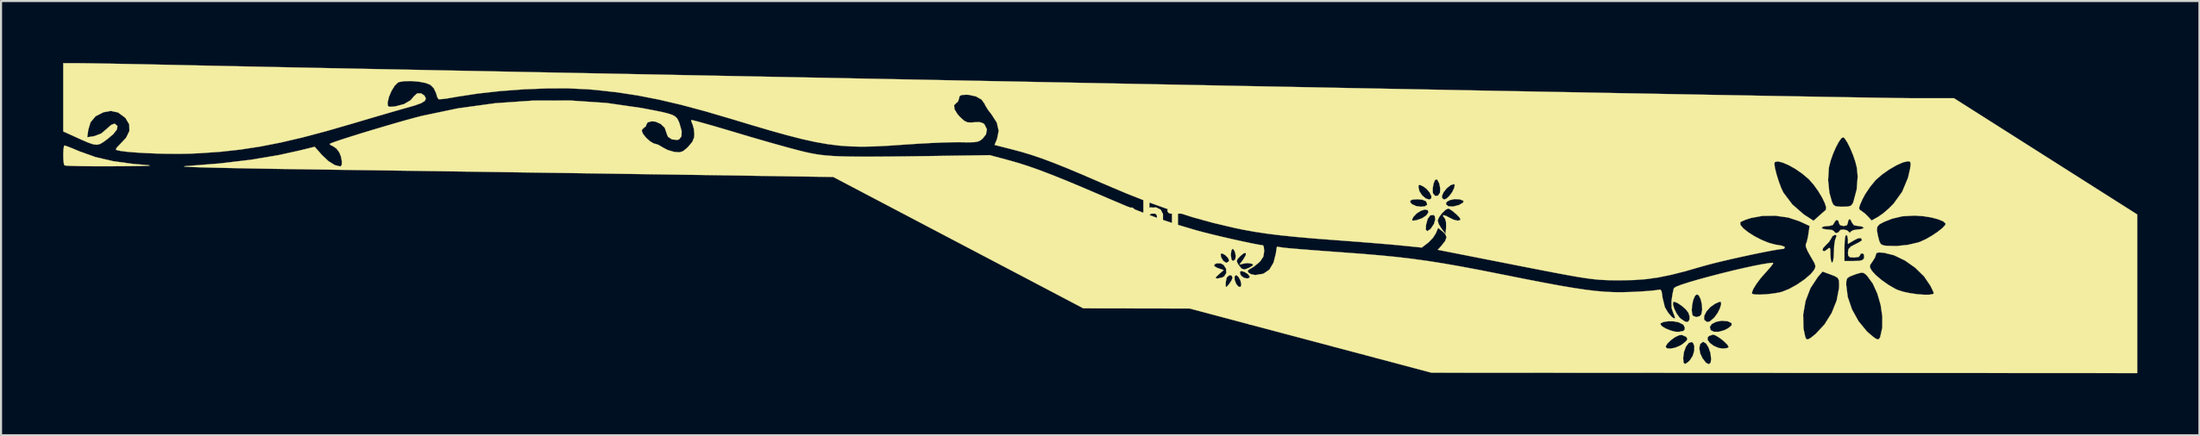
<source format=kicad_pcb>
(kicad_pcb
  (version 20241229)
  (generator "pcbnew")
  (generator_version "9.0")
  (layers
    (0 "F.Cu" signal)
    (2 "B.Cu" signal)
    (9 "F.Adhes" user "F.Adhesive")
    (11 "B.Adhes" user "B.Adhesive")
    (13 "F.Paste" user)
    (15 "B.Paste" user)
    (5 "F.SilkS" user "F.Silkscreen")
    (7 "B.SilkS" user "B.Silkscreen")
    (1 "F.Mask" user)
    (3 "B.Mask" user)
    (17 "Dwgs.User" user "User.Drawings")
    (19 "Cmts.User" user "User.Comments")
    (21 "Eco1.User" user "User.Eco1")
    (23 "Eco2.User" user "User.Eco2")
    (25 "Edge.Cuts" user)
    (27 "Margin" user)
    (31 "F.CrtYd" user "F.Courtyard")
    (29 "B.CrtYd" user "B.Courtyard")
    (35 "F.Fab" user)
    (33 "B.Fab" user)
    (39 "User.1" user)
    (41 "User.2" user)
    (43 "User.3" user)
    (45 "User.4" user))
  (footprint "artright"
    (layer "F.Cu")
    (at 49.958 7.456)
    (property "Reference" "artright" (at 0 0 0) (layer "F.SilkS") (effects (font (size 1.524 1.524) (thickness 0.3))))
    (attr through_hole)
    (fp_poly (pts (xy -49.793 -3.44) (xy -49.577 -3.357) (xy -49.285 -3.236) (xy -49.152 -3.18) (xy -48.396 -2.91) (xy -47.549 -2.712) (xy -46.582 -2.58) (xy -46.168 -2.545) (xy -45.925 -2.526) (xy -45.793 -2.511) (xy -45.781 -2.498) (xy -45.898 -2.488) (xy -46.152 -2.481) (xy -46.552 -2.475) (xy -47.108 -2.47) (xy -47.547 -2.468) (xy -48.154 -2.466) (xy -48.705 -2.469) (xy -49.177 -2.475) (xy -49.548 -2.485) (xy -49.795 -2.497) (xy -49.896 -2.511) (xy -49.897 -2.512) (xy -49.93 -2.62) (xy -49.948 -2.825) (xy -49.952 -3.068) (xy -49.941 -3.294) (xy -49.915 -3.443) (xy -49.893 -3.471) (xy -49.793 -3.44)) (stroke (width 0.01) (type solid)) (fill yes) (layer "F.SilkS"))
    (fp_poly (pts (xy -49.212 -7.45) (xy -48.97 -7.448) (xy -48.58 -7.443) (xy -48.065 -7.434) (xy -47.445 -7.423) (xy -46.743 -7.41) (xy -45.98 -7.395) (xy -45.179 -7.378) (xy -44.704 -7.368) (xy -44.307 -7.359) (xy -43.918 -7.351) (xy -43.533 -7.343) (xy -43.145 -7.335) (xy -42.751 -7.326) (xy -42.346 -7.318) (xy -41.924 -7.309) (xy -41.48 -7.3) (xy -41.01 -7.29) (xy -40.509 -7.28) (xy -39.971 -7.269) (xy -39.392 -7.257) (xy -38.767 -7.244) (xy -38.091 -7.231) (xy -37.359 -7.216) (xy -36.566 -7.2) (xy -35.707 -7.183) (xy -34.777 -7.165) (xy -33.771 -7.145) (xy -32.684 -7.124) (xy -31.512 -7.1) (xy -30.249 -7.076) (xy -28.891 -7.049) (xy -27.432 -7.02) (xy -25.868 -6.99) (xy -24.193 -6.957) (xy -22.403 -6.922) (xy -20.493 -6.885) (xy -18.457 -6.845) (xy -16.292 -6.803) (xy -13.991 -6.758) (xy -11.551 -6.71) (xy -8.965 -6.66) (xy -6.229 -6.606) (xy -3.339 -6.55) (xy -0.289 -6.49) (xy 2.698 -6.432) (xy 5.128 -6.385) (xy 7.525 -6.338) (xy 9.881 -6.293) (xy 12.192 -6.248) (xy 14.45 -6.205) (xy 16.65 -6.163) (xy 18.785 -6.122) (xy 20.85 -6.083) (xy 22.839 -6.046) (xy 24.745 -6.01) (xy 26.562 -5.977) (xy 28.285 -5.945) (xy 29.908 -5.915) (xy 31.423 -5.888) (xy 32.826 -5.862) (xy 34.11 -5.84) (xy 35.269 -5.819) (xy 36.297 -5.802) (xy 37.187 -5.787) (xy 37.935 -5.775) (xy 38.534 -5.766) (xy 38.978 -5.76) (xy 39.26 -5.757) (xy 39.316 -5.757) (xy 41.36 -5.756) (xy 50.207 -0.136) (xy 50.207 7.535) (xy 33.168 7.526) (xy 16.129 7.517) (xy 13.475 6.811) (xy 28.279 6.811) (xy 28.298 7.032) (xy 28.367 7.098) (xy 28.503 7.015) (xy 28.614 6.904) (xy 28.746 6.697) (xy 28.816 6.454) (xy 28.818 6.326) (xy 29.058 6.326) (xy 29.102 6.584) (xy 29.211 6.817) (xy 29.38 7.035) (xy 29.518 7.106) (xy 29.608 7.031) (xy 29.633 6.855) (xy 29.599 6.567) (xy 29.51 6.302) (xy 29.39 6.106) (xy 29.258 6.025) (xy 29.233 6.027) (xy 29.102 6.125) (xy 29.058 6.326) (xy 28.818 6.326) (xy 28.82 6.227) (xy 28.755 6.069) (xy 28.686 6.03) (xy 28.545 6.079) (xy 28.415 6.252) (xy 28.319 6.507) (xy 28.279 6.798) (xy 28.279 6.811) (xy 13.475 6.811) (xy 11.406 6.261) (xy 27.432 6.261) (xy 27.5 6.34) (xy 27.672 6.352) (xy 27.9 6.305) (xy 28.135 6.207) (xy 28.257 6.128) (xy 28.433 5.982) (xy 28.468 5.92) (xy 29.455 5.92) (xy 29.561 6.072) (xy 29.749 6.214) (xy 29.982 6.317) (xy 30.19 6.35) (xy 30.383 6.331) (xy 30.478 6.283) (xy 30.48 6.274) (xy 30.415 6.159) (xy 30.255 6) (xy 30.051 5.839) (xy 29.855 5.716) (xy 29.725 5.673) (xy 29.54 5.733) (xy 29.472 5.79) (xy 29.455 5.92) (xy 28.468 5.92) (xy 28.487 5.887) (xy 28.441 5.799) (xy 28.421 5.778) (xy 28.221 5.69) (xy 28.089 5.702) (xy 27.898 5.79) (xy 27.689 5.939) (xy 27.517 6.107) (xy 27.434 6.246) (xy 27.432 6.261) (xy 11.406 6.261) (xy 7.284 5.166) (xy 27.178 5.166) (xy 27.252 5.268) (xy 27.436 5.379) (xy 27.674 5.477) (xy 27.911 5.538) (xy 28.089 5.54) (xy 28.095 5.538) (xy 28.253 5.505) (xy 28.286 5.503) (xy 28.35 5.433) (xy 28.363 5.341) (xy 28.346 5.306) (xy 29.565 5.306) (xy 29.608 5.459) (xy 29.766 5.538) (xy 30.003 5.538) (xy 30.279 5.458) (xy 30.459 5.364) (xy 30.621 5.225) (xy 30.616 5.115) (xy 30.445 5.032) (xy 30.426 5.027) (xy 30.144 5.003) (xy 29.871 5.053) (xy 29.66 5.161) (xy 29.565 5.306) (xy 28.346 5.306) (xy 28.29 5.193) (xy 28.061 5.078) (xy 27.824 5.032) (xy 27.565 5.027) (xy 27.339 5.059) (xy 27.199 5.123) (xy 27.178 5.166) (xy 7.284 5.166) (xy 4.445 4.411) (xy -0.688 4.403) (xy -2.888 3.245) (xy 6.183 3.245) (xy 6.192 3.366) (xy 6.234 3.364) (xy 6.348 3.235) (xy 6.353 3.229) (xy 6.472 3.05) (xy 6.519 2.912) (xy 6.492 2.861) (xy 6.615 2.861) (xy 6.618 3.024) (xy 6.692 3.223) (xy 6.805 3.36) (xy 6.903 3.371) (xy 6.943 3.254) (xy 6.903 3.067) (xy 6.81 2.89) (xy 6.703 2.797) (xy 6.686 2.794) (xy 6.615 2.861) (xy 6.492 2.861) (xy 6.465 2.81) (xy 6.349 2.808) (xy 6.244 2.903) (xy 6.232 2.928) (xy 6.19 3.124) (xy 6.183 3.245) (xy -2.888 3.245) (xy -4.579 2.356) (xy 5.628 2.356) (xy 5.751 2.434) (xy 5.823 2.461) (xy 6.089 2.554) (xy 5.86 2.756) (xy 5.718 2.889) (xy 5.698 2.946) (xy 5.791 2.96) (xy 5.805 2.961) (xy 6.02 2.912) (xy 6.117 2.857) (xy 6.218 2.69) (xy 6.214 2.63) (xy 6.871 2.63) (xy 6.894 2.759) (xy 6.945 2.839) (xy 7.075 2.93) (xy 7.225 2.961) (xy 7.332 2.929) (xy 7.345 2.857) (xy 7.257 2.745) (xy 7.106 2.649) (xy 6.957 2.6) (xy 6.872 2.628) (xy 6.871 2.63) (xy 6.214 2.63) (xy 6.203 2.484) (xy 6.09 2.306) (xy 5.953 2.232) (xy 5.759 2.226) (xy 5.651 2.274) (xy 5.628 2.356) (xy -4.579 2.356) (xy -5.69 1.772) (xy 5.943 1.772) (xy 5.96 1.927) (xy 6.061 2.095) (xy 6.192 2.196) (xy 6.226 2.201) (xy 6.329 2.139) (xy 6.721 2.139) (xy 6.791 2.279) (xy 6.817 2.318) (xy 6.957 2.487) (xy 7.106 2.525) (xy 7.319 2.442) (xy 7.366 2.416) (xy 7.503 2.328) (xy 7.499 2.274) (xy 7.429 2.241) (xy 7.234 2.216) (xy 7.065 2.237) (xy 6.849 2.292) (xy 7.038 2.036) (xy 7.158 1.83) (xy 7.16 1.725) (xy 7.059 1.74) (xy 6.889 1.878) (xy 6.75 2.03) (xy 6.721 2.139) (xy 6.329 2.139) (xy 6.336 2.135) (xy 6.35 2.079) (xy 6.298 1.962) (xy 6.179 1.841) (xy 6.146 1.82) (xy 6.435 1.82) (xy 6.463 2.035) (xy 6.535 2.118) (xy 6.633 2.051) (xy 6.649 2.027) (xy 6.674 1.885) (xy 6.643 1.703) (xy 6.575 1.56) (xy 6.518 1.524) (xy 6.463 1.598) (xy 6.435 1.781) (xy 6.435 1.82) (xy 6.146 1.82) (xy 6.046 1.759) (xy 5.954 1.755) (xy 5.943 1.772) (xy -5.69 1.772) (xy -6.727 1.227) (xy -12.765 -1.949) (xy -20.966 -2.072) (xy -22.376 -2.092) (xy -23.914 -2.115) (xy -25.546 -2.139) (xy -27.241 -2.163) (xy -28.967 -2.188) (xy -30.69 -2.213) (xy -32.378 -2.237) (xy -33.999 -2.26) (xy -35.519 -2.281) (xy -36.908 -2.3) (xy -37.084 -2.303) (xy -38.492 -2.323) (xy -39.747 -2.342) (xy -40.849 -2.361) (xy -41.794 -2.379) (xy -42.581 -2.396) (xy -43.209 -2.412) (xy -43.675 -2.428) (xy -43.978 -2.442) (xy -44.116 -2.455) (xy -44.088 -2.468) (xy -44.027 -2.473) (xy -42.384 -2.603) (xy -40.893 -2.781) (xy -39.539 -3.008) (xy -38.547 -3.227) (xy -37.81 -3.408) (xy -37.468 -3.02) (xy -37.151 -2.718) (xy -36.837 -2.522) (xy -36.57 -2.455) (xy -36.506 -2.526) (xy -36.496 -2.701) (xy -36.538 -2.927) (xy -36.617 -3.131) (xy -36.757 -3.32) (xy -36.914 -3.429) (xy -37.051 -3.498) (xy -37.084 -3.546) (xy -37.007 -3.586) (xy -36.791 -3.665) (xy -36.461 -3.776) (xy -36.041 -3.91) (xy -35.555 -4.062) (xy -35.028 -4.222) (xy -34.485 -4.384) (xy -33.949 -4.541) (xy -33.445 -4.685) (xy -32.997 -4.808) (xy -32.639 -4.901) (xy -30.889 -5.268) (xy -29.088 -5.515) (xy -27.267 -5.641) (xy -25.461 -5.645) (xy -23.703 -5.526) (xy -22.056 -5.288) (xy -21.483 -5.18) (xy -21.054 -5.094) (xy -20.745 -5.019) (xy -20.532 -4.947) (xy -20.392 -4.868) (xy -20.301 -4.773) (xy -20.237 -4.652) (xy -20.192 -4.538) (xy -20.089 -4.173) (xy -20.097 -3.911) (xy -20.214 -3.765) (xy -20.294 -3.741) (xy -20.555 -3.765) (xy -20.749 -3.894) (xy -20.828 -4.096) (xy -20.828 -4.103) (xy -20.904 -4.326) (xy -21.097 -4.513) (xy -21.354 -4.626) (xy -21.543 -4.64) (xy -21.727 -4.59) (xy -21.78 -4.506) (xy -21.827 -4.386) (xy -21.886 -4.349) (xy -21.999 -4.239) (xy -22.013 -4.175) (xy -21.95 -4.025) (xy -21.797 -3.838) (xy -21.606 -3.667) (xy -21.432 -3.566) (xy -21.381 -3.556) (xy -21.223 -3.508) (xy -21.022 -3.392) (xy -21.007 -3.38) (xy -20.762 -3.252) (xy -20.468 -3.165) (xy -20.42 -3.158) (xy -20.194 -3.142) (xy -20.03 -3.19) (xy -19.855 -3.328) (xy -19.772 -3.41) (xy -19.573 -3.644) (xy -19.486 -3.861) (xy -19.473 -4.019) (xy -19.498 -4.277) (xy -19.559 -4.488) (xy -19.565 -4.5) (xy -19.624 -4.646) (xy -19.624 -4.703) (xy -19.538 -4.688) (xy -19.311 -4.63) (xy -18.964 -4.533) (xy -18.518 -4.406) (xy -17.994 -4.252) (xy -17.413 -4.079) (xy -17.353 -4.061) (xy -16.703 -3.868) (xy -16.05 -3.678) (xy -15.428 -3.502) (xy -14.871 -3.348) (xy -14.413 -3.227) (xy -14.139 -3.159) (xy -13.892 -3.104) (xy -13.649 -3.058) (xy -13.395 -3.019) (xy -13.116 -2.988) (xy -12.797 -2.964) (xy -12.423 -2.946) (xy -11.978 -2.935) (xy -11.448 -2.93) (xy -10.818 -2.93) (xy -10.073 -2.935) (xy -9.197 -2.945) (xy -8.177 -2.959) (xy -7.451 -2.97) (xy -5.207 -3.003) (xy -4.226 -2.739) (xy -3.784 -2.612) (xy -3.313 -2.46) (xy -2.796 -2.277) (xy -2.21 -2.053) (xy -1.537 -1.783) (xy -0.757 -1.457) (xy 0.151 -1.068) (xy 0.423 -0.95) (xy 1.388 -0.541) (xy 2.251 -0.198) (xy 3.06 0.098) (xy 3.861 0.362) (xy 4.701 0.612) (xy 4.784 0.636) (xy 5.128 0.728) (xy 5.553 0.834) (xy 6.024 0.947) (xy 6.51 1.059) (xy 6.978 1.162) (xy 7.394 1.25) (xy 7.726 1.316) (xy 7.941 1.351) (xy 7.99 1.355) (xy 8.025 1.429) (xy 8.043 1.613) (xy 8.043 1.656) (xy 8.004 1.905) (xy 7.86 2.119) (xy 7.77 2.207) (xy 7.564 2.374) (xy 7.383 2.488) (xy 7.342 2.505) (xy 7.247 2.58) (xy 7.282 2.674) (xy 7.415 2.756) (xy 7.613 2.794) (xy 7.626 2.794) (xy 8.009 2.729) (xy 8.298 2.531) (xy 8.497 2.193) (xy 8.603 1.779) (xy 8.66 1.424) (xy 9.008 1.473) (xy 9.182 1.492) (xy 9.5 1.52) (xy 9.935 1.556) (xy 10.464 1.597) (xy 11.06 1.642) (xy 11.697 1.689) (xy 11.769 1.694) (xy 12.754 1.767) (xy 13.629 1.841) (xy 14.427 1.919) (xy 15.182 2.008) (xy 15.928 2.11) (xy 16.699 2.232) (xy 17.528 2.377) (xy 18.449 2.55) (xy 19.495 2.757) (xy 19.677 2.793) (xy 20.709 2.999) (xy 21.594 3.17) (xy 22.353 3.31) (xy 23.004 3.42) (xy 23.567 3.504) (xy 24.06 3.564) (xy 24.504 3.602) (xy 24.916 3.622) (xy 25.317 3.625) (xy 25.726 3.615) (xy 25.781 3.612) (xy 26.211 3.591) (xy 26.592 3.565) (xy 26.885 3.538) (xy 27.051 3.514) (xy 27.061 3.512) (xy 27.168 3.496) (xy 27.229 3.557) (xy 27.264 3.731) (xy 27.281 3.884) (xy 27.396 4.349) (xy 27.551 4.611) (xy 27.726 4.813) (xy 27.844 4.899) (xy 27.888 4.866) (xy 27.839 4.71) (xy 27.81 4.651) (xy 27.725 4.399) (xy 27.72 4.212) (xy 27.784 4.212) (xy 27.845 4.413) (xy 27.956 4.64) (xy 28.094 4.836) (xy 28.169 4.909) (xy 28.377 5.049) (xy 28.506 5.062) (xy 28.587 4.953) (xy 28.589 4.947) (xy 28.589 4.939) (xy 29.29 4.939) (xy 29.309 4.97) (xy 29.429 5.065) (xy 29.561 5.042) (xy 29.742 4.89) (xy 29.801 4.828) (xy 29.887 4.71) (xy 34.074 4.71) (xy 34.089 5.373) (xy 34.174 5.779) (xy 34.224 5.89) (xy 34.305 5.909) (xy 34.448 5.828) (xy 34.681 5.638) (xy 34.688 5.632) (xy 35.108 5.18) (xy 35.451 4.63) (xy 35.692 4.031) (xy 35.807 3.434) (xy 35.814 3.265) (xy 36.153 3.265) (xy 36.227 3.852) (xy 36.433 4.456) (xy 36.748 5.025) (xy 37.147 5.512) (xy 37.279 5.632) (xy 37.511 5.823) (xy 37.653 5.907) (xy 37.737 5.894) (xy 37.794 5.794) (xy 37.797 5.786) (xy 37.897 5.334) (xy 37.9 4.803) (xy 37.818 4.24) (xy 37.659 3.691) (xy 37.437 3.204) (xy 37.161 2.825) (xy 37.102 2.768) (xy 36.997 2.692) (xy 36.88 2.678) (xy 36.693 2.727) (xy 36.552 2.776) (xy 36.315 2.869) (xy 36.197 2.96) (xy 36.157 3.1) (xy 36.153 3.265) (xy 35.814 3.265) (xy 35.805 3.057) (xy 35.749 2.935) (xy 35.605 2.847) (xy 35.412 2.772) (xy 35.01 2.624) (xy 34.779 2.894) (xy 34.428 3.425) (xy 34.19 4.046) (xy 34.074 4.71) (xy 29.887 4.71) (xy 29.945 4.63) (xy 30.058 4.402) (xy 30.117 4.199) (xy 30.099 4.079) (xy 30.015 4.095) (xy 29.842 4.171) (xy 29.807 4.189) (xy 29.58 4.351) (xy 29.4 4.56) (xy 29.294 4.771) (xy 29.29 4.939) (xy 28.589 4.939) (xy 28.589 4.778) (xy 28.528 4.606) (xy 28.439 4.493) (xy 28.693 4.493) (xy 28.718 4.695) (xy 28.758 4.77) (xy 28.913 4.827) (xy 29.082 4.781) (xy 29.159 4.692) (xy 29.199 4.469) (xy 29.184 4.207) (xy 29.126 3.96) (xy 29.037 3.782) (xy 28.945 3.725) (xy 28.849 3.801) (xy 28.768 3.99) (xy 28.713 4.239) (xy 28.693 4.493) (xy 28.439 4.493) (xy 28.408 4.453) (xy 28.226 4.293) (xy 28.031 4.159) (xy 27.87 4.085) (xy 27.8 4.091) (xy 27.784 4.212) (xy 27.72 4.212) (xy 27.716 4.087) (xy 27.731 3.944) (xy 27.773 3.677) (xy 27.818 3.479) (xy 27.842 3.418) (xy 27.956 3.351) (xy 28.209 3.255) (xy 28.575 3.138) (xy 29.029 3.005) (xy 29.543 2.865) (xy 30.093 2.722) (xy 30.65 2.584) (xy 31.19 2.458) (xy 31.687 2.35) (xy 32.113 2.267) (xy 32.443 2.215) (xy 32.624 2.201) (xy 32.611 2.257) (xy 32.501 2.403) (xy 32.318 2.611) (xy 32.281 2.651) (xy 32.023 2.945) (xy 31.811 3.229) (xy 31.663 3.472) (xy 31.6 3.643) (xy 31.611 3.7) (xy 31.735 3.734) (xy 31.977 3.741) (xy 32.288 3.725) (xy 32.621 3.689) (xy 32.926 3.637) (xy 33.055 3.604) (xy 33.401 3.465) (xy 33.782 3.253) (xy 34.145 3.003) (xy 34.438 2.75) (xy 34.578 2.583) (xy 34.651 2.458) (xy 34.655 2.427) (xy 37.301 2.427) (xy 37.386 2.579) (xy 37.572 2.789) (xy 37.859 3.033) (xy 38.195 3.27) (xy 38.526 3.462) (xy 38.648 3.518) (xy 38.911 3.603) (xy 39.235 3.671) (xy 39.58 3.72) (xy 39.906 3.746) (xy 40.174 3.745) (xy 40.345 3.713) (xy 40.386 3.67) (xy 40.351 3.579) (xy 40.263 3.394) (xy 40.22 3.309) (xy 39.913 2.857) (xy 39.489 2.441) (xy 38.991 2.09) (xy 38.465 1.837) (xy 37.972 1.714) (xy 37.73 1.699) (xy 37.616 1.731) (xy 37.592 1.798) (xy 37.543 1.949) (xy 37.423 2.139) (xy 37.419 2.145) (xy 37.307 2.307) (xy 37.301 2.427) (xy 34.655 2.427) (xy 34.667 2.349) (xy 34.617 2.207) (xy 34.491 1.986) (xy 34.428 1.881) (xy 34.285 1.62) (xy 34.279 1.605) (xy 35.008 1.605) (xy 35.011 1.611) (xy 35.106 1.643) (xy 35.23 1.559) (xy 35.327 1.481) (xy 35.374 1.498) (xy 35.389 1.639) (xy 35.391 1.807) (xy 35.407 2.039) (xy 35.448 2.181) (xy 35.475 2.201) (xy 35.52 2.124) (xy 35.551 1.922) (xy 35.56 1.688) (xy 35.57 1.482) (xy 36.068 1.482) (xy 36.068 2.117) (xy 36.524 2.117) (xy 36.798 2.106) (xy 36.946 2.066) (xy 37.013 1.982) (xy 37.022 1.953) (xy 37.008 1.796) (xy 36.948 1.744) (xy 36.845 1.766) (xy 36.83 1.823) (xy 36.762 1.916) (xy 36.548 1.947) (xy 36.534 1.947) (xy 36.334 1.933) (xy 36.253 1.861) (xy 36.237 1.706) (xy 36.266 1.537) (xy 36.38 1.415) (xy 36.576 1.312) (xy 36.781 1.208) (xy 36.902 1.124) (xy 36.915 1.102) (xy 36.864 1.001) (xy 36.709 1.023) (xy 36.527 1.116) (xy 36.237 1.287) (xy 36.237 1.067) (xy 36.209 0.904) (xy 36.153 0.847) (xy 36.11 0.925) (xy 36.08 1.139) (xy 36.068 1.452) (xy 36.068 1.482) (xy 35.57 1.482) (xy 35.574 1.383) (xy 35.61 1.129) (xy 35.648 1.01) (xy 35.692 0.883) (xy 35.618 0.847) (xy 35.611 0.847) (xy 35.487 0.917) (xy 35.434 1.014) (xy 35.33 1.185) (xy 35.167 1.349) (xy 35.036 1.49) (xy 35.008 1.605) (xy 34.279 1.605) (xy 34.204 1.416) (xy 34.201 1.314) (xy 34.252 1.184) (xy 34.306 0.952) (xy 34.327 0.823) (xy 34.373 0.508) (xy 34.967 0.508) (xy 35.042 0.564) (xy 35.225 0.592) (xy 35.264 0.593) (xy 35.46 0.614) (xy 35.557 0.666) (xy 35.56 0.677) (xy 35.629 0.752) (xy 35.687 0.762) (xy 35.8 0.716) (xy 35.814 0.677) (xy 35.881 0.61) (xy 36.032 0.595) (xy 36.189 0.63) (xy 36.273 0.699) (xy 36.328 0.761) (xy 36.371 0.699) (xy 36.482 0.627) (xy 36.484 0.626) (xy 37.636 0.626) (xy 37.677 0.862) (xy 37.687 0.907) (xy 37.754 1.163) (xy 37.827 1.299) (xy 37.945 1.358) (xy 38.092 1.38) (xy 38.591 1.391) (xy 39.134 1.334) (xy 39.629 1.218) (xy 39.727 1.184) (xy 40.001 1.059) (xy 40.293 0.891) (xy 40.57 0.705) (xy 40.795 0.526) (xy 40.932 0.38) (xy 40.956 0.308) (xy 40.844 0.2) (xy 40.601 0.098) (xy 40.268 0.01) (xy 39.881 -0.052) (xy 39.482 -0.08) (xy 39.437 -0.081) (xy 38.863 -0.048) (xy 38.385 0.065) (xy 38.331 0.085) (xy 37.979 0.223) (xy 37.762 0.338) (xy 37.656 0.462) (xy 37.636 0.626) (xy 36.484 0.626) (xy 36.685 0.593) (xy 36.71 0.593) (xy 36.903 0.571) (xy 36.997 0.518) (xy 36.999 0.508) (xy 36.926 0.449) (xy 36.747 0.423) (xy 36.737 0.423) (xy 36.527 0.386) (xy 36.433 0.26) (xy 36.431 0.254) (xy 36.364 0.117) (xy 36.312 0.085) (xy 36.251 0.156) (xy 36.237 0.254) (xy 36.188 0.387) (xy 36.026 0.423) (xy 35.858 0.381) (xy 35.814 0.301) (xy 35.768 0.157) (xy 35.673 0.128) (xy 35.591 0.232) (xy 35.587 0.245) (xy 35.508 0.374) (xy 35.331 0.421) (xy 35.254 0.423) (xy 35.062 0.445) (xy 34.969 0.499) (xy 34.967 0.508) (xy 34.373 0.508) (xy 34.386 0.419) (xy 33.893 0.19) (xy 33.354 0.012) (xy 32.736 -0.075) (xy 32.105 -0.066) (xy 31.551 0.035) (xy 31.288 0.122) (xy 31.097 0.204) (xy 31.033 0.249) (xy 31.047 0.374) (xy 31.188 0.54) (xy 31.425 0.728) (xy 31.728 0.919) (xy 32.066 1.094) (xy 32.408 1.234) (xy 32.723 1.321) (xy 32.81 1.334) (xy 33.036 1.374) (xy 33.172 1.426) (xy 33.189 1.45) (xy 33.151 1.523) (xy 33.145 1.524) (xy 32.96 1.543) (xy 32.642 1.596) (xy 32.222 1.675) (xy 31.731 1.775) (xy 31.201 1.889) (xy 30.663 2.008) (xy 30.148 2.128) (xy 29.688 2.241) (xy 29.313 2.341) (xy 29.202 2.373) (xy 28.386 2.609) (xy 27.688 2.785) (xy 27.067 2.911) (xy 26.486 2.992) (xy 25.904 3.035) (xy 25.302 3.047) (xy 24.985 3.047) (xy 24.704 3.043) (xy 24.441 3.033) (xy 24.177 3.016) (xy 23.895 2.987) (xy 23.577 2.945) (xy 23.203 2.886) (xy 22.757 2.808) (xy 22.219 2.708) (xy 21.572 2.584) (xy 20.797 2.433) (xy 19.877 2.252) (xy 19.75 2.227) (xy 16.429 1.573) (xy 16.586 1.4) (xy 16.785 1.15) (xy 16.851 0.965) (xy 16.789 0.807) (xy 16.678 0.7) (xy 16.445 0.511) (xy 16.338 0.769) (xy 16.199 0.989) (xy 15.991 1.207) (xy 15.944 1.245) (xy 15.658 1.464) (xy 14.666 1.364) (xy 14.3 1.329) (xy 13.802 1.286) (xy 13.209 1.237) (xy 12.558 1.185) (xy 11.885 1.134) (xy 11.425 1.1) (xy 10.422 1.023) (xy 9.561 0.947) (xy 8.817 0.87) (xy 8.163 0.789) (xy 7.571 0.699) (xy 7.017 0.598) (xy 7.014 0.598) (xy 15.85 0.598) (xy 15.914 0.672) (xy 16.048 0.592) (xy 16.109 0.529) (xy 16.246 0.32) (xy 16.291 0.162) (xy 16.425 0.162) (xy 16.475 0.33) (xy 16.598 0.535) (xy 16.616 0.559) (xy 16.806 0.802) (xy 16.833 0.475) (xy 16.829 0.24) (xy 16.784 0.076) (xy 16.77 0.057) (xy 16.678 -0.066) (xy 16.716 -0.103) (xy 16.865 -0.05) (xy 16.954 0.001) (xy 17.199 0.121) (xy 17.399 0.167) (xy 17.513 0.133) (xy 17.526 0.092) (xy 17.465 -0.008) (xy 17.318 -0.155) (xy 17.141 -0.304) (xy 16.987 -0.405) (xy 16.931 -0.423) (xy 16.801 -0.359) (xy 16.64 -0.204) (xy 16.499 -0.018) (xy 16.427 0.143) (xy 16.425 0.162) (xy 16.291 0.162) (xy 16.307 0.106) (xy 16.285 -0.058) (xy 16.226 -0.11) (xy 16.067 -0.095) (xy 15.941 0.075) (xy 15.86 0.373) (xy 15.85 0.598) (xy 7.014 0.598) (xy 6.615 0.515) (xy 5.595 0.274) (xy 5.082 0.132) (xy 15.181 0.132) (xy 15.225 0.168) (xy 15.399 0.142) (xy 15.421 0.137) (xy 15.672 0.048) (xy 15.871 -0.086) (xy 15.979 -0.236) (xy 15.945 -0.345) (xy 15.808 -0.376) (xy 15.609 -0.313) (xy 15.404 -0.183) (xy 15.248 -0.013) (xy 15.233 0.013) (xy 15.181 0.132) (xy 5.082 0.132) (xy 4.595 -0.002) (xy 3.584 -0.325) (xy 2.528 -0.704) (xy 2.32 -0.786) (xy 15.087 -0.786) (xy 15.134 -0.677) (xy 15.193 -0.628) (xy 15.381 -0.542) (xy 15.602 -0.509) (xy 15.797 -0.526) (xy 15.909 -0.596) (xy 15.917 -0.63) (xy 15.917 -0.631) (xy 16.82 -0.631) (xy 16.821 -0.629) (xy 16.94 -0.532) (xy 17.158 -0.516) (xy 17.427 -0.584) (xy 17.48 -0.606) (xy 17.658 -0.713) (xy 17.669 -0.798) (xy 17.512 -0.861) (xy 17.47 -0.87) (xy 17.231 -0.879) (xy 17.009 -0.83) (xy 16.855 -0.741) (xy 16.82 -0.631) (xy 15.917 -0.631) (xy 15.864 -0.772) (xy 15.69 -0.849) (xy 15.449 -0.872) (xy 15.195 -0.854) (xy 15.087 -0.786) (xy 2.32 -0.786) (xy 1.395 -1.152) (xy 0.685 -1.453) (xy 15.494 -1.453) (xy 15.547 -1.246) (xy 15.678 -1.053) (xy 15.846 -0.911) (xy 16.012 -0.858) (xy 16.109 -0.897) (xy 16.124 -1.017) (xy 16.041 -1.191) (xy 16.014 -1.224) (xy 16.184 -1.224) (xy 16.202 -1.144) (xy 16.308 -1.028) (xy 16.337 -1.032) (xy 16.628 -1.032) (xy 16.638 -0.93) (xy 16.732 -0.853) (xy 16.861 -0.909) (xy 16.994 -1.037) (xy 17.126 -1.218) (xy 17.219 -1.407) (xy 17.252 -1.554) (xy 17.212 -1.609) (xy 17.042 -1.549) (xy 16.861 -1.401) (xy 16.709 -1.212) (xy 16.628 -1.032) (xy 16.337 -1.032) (xy 16.441 -1.046) (xy 16.535 -1.186) (xy 16.548 -1.401) (xy 16.502 -1.63) (xy 16.418 -1.799) (xy 16.362 -1.841) (xy 16.289 -1.791) (xy 16.226 -1.631) (xy 16.186 -1.422) (xy 16.184 -1.224) (xy 16.014 -1.224) (xy 15.894 -1.369) (xy 15.732 -1.49) (xy 15.568 -1.565) (xy 15.504 -1.549) (xy 15.494 -1.453) (xy 0.685 -1.453) (xy 0.153 -1.678) (xy 0.104 -1.7) (xy -0.761 -2.074) (xy -1.498 -2.383) (xy -2.041 -2.6) (xy 32.681 -2.6) (xy 32.712 -2.378) (xy 32.792 -2.063) (xy 32.901 -1.717) (xy 33.02 -1.4) (xy 33.121 -1.19) (xy 33.553 -0.619) (xy 34.097 -0.144) (xy 34.201 -0.074) (xy 34.577 0.169) (xy 34.836 -0.063) (xy 35.017 -0.223) (xy 35.147 -0.335) (xy 35.166 -0.351) (xy 35.188 -0.461) (xy 36.776 -0.461) (xy 36.792 -0.378) (xy 36.867 -0.32) (xy 36.881 -0.312) (xy 37.056 -0.182) (xy 37.209 -0.033) (xy 37.379 0.157) (xy 37.708 -0.027) (xy 37.939 -0.189) (xy 38.214 -0.426) (xy 38.443 -0.656) (xy 38.857 -1.233) (xy 39.139 -1.908) (xy 39.24 -2.349) (xy 39.269 -2.575) (xy 39.247 -2.68) (xy 39.161 -2.709) (xy 39.137 -2.709) (xy 38.898 -2.656) (xy 38.58 -2.514) (xy 38.227 -2.309) (xy 37.884 -2.068) (xy 37.596 -1.817) (xy 37.554 -1.774) (xy 37.303 -1.466) (xy 37.067 -1.113) (xy 36.94 -0.875) (xy 36.824 -0.613) (xy 36.776 -0.461) (xy 35.188 -0.461) (xy 35.189 -0.467) (xy 35.124 -0.68) (xy 34.991 -0.956) (xy 34.808 -1.26) (xy 34.596 -1.558) (xy 34.39 -1.796) (xy 35.278 -1.796) (xy 35.34 -1.195) (xy 35.466 -0.741) (xy 35.537 -0.602) (xy 35.644 -0.533) (xy 35.842 -0.51) (xy 35.983 -0.508) (xy 36.243 -0.517) (xy 36.386 -0.561) (xy 36.467 -0.664) (xy 36.5 -0.741) (xy 36.662 -1.346) (xy 36.709 -1.978) (xy 36.671 -2.387) (xy 36.597 -2.685) (xy 36.482 -3.02) (xy 36.345 -3.349) (xy 36.204 -3.628) (xy 36.078 -3.817) (xy 36.011 -3.871) (xy 35.918 -3.82) (xy 35.793 -3.644) (xy 35.653 -3.381) (xy 35.517 -3.067) (xy 35.401 -2.739) (xy 35.324 -2.435) (xy 35.315 -2.388) (xy 35.278 -1.796) (xy 34.39 -1.796) (xy 34.373 -1.815) (xy 34.324 -1.863) (xy 34.02 -2.119) (xy 33.694 -2.343) (xy 33.372 -2.523) (xy 33.083 -2.647) (xy 32.854 -2.701) (xy 32.713 -2.675) (xy 32.681 -2.6) (xy -2.041 -2.6) (xy -2.133 -2.637) (xy -2.69 -2.845) (xy -3.195 -3.017) (xy -3.671 -3.161) (xy -4.103 -3.276) (xy -4.976 -3.498) (xy -4.856 -3.785) (xy -4.776 -4.179) (xy -4.866 -4.577) (xy -5.119 -4.969) (xy -5.295 -5.199) (xy -5.424 -5.41) (xy -5.455 -5.483) (xy -5.603 -5.691) (xy -5.873 -5.844) (xy -6.223 -5.921) (xy -6.346 -5.927) (xy -6.569 -5.913) (xy -6.668 -5.857) (xy -6.689 -5.755) (xy -6.744 -5.592) (xy -6.816 -5.534) (xy -6.93 -5.419) (xy -6.913 -5.229) (xy -6.77 -4.99) (xy -6.644 -4.849) (xy -6.447 -4.669) (xy -6.285 -4.59) (xy -6.083 -4.582) (xy -5.97 -4.593) (xy -5.695 -4.602) (xy -5.524 -4.544) (xy -5.464 -4.491) (xy -5.345 -4.256) (xy -5.391 -4.008) (xy -5.546 -3.81) (xy -5.654 -3.72) (xy -5.773 -3.663) (xy -5.941 -3.633) (xy -6.196 -3.624) (xy -6.579 -3.629) (xy -6.625 -3.63) (xy -6.98 -3.629) (xy -7.461 -3.616) (xy -8.029 -3.592) (xy -8.64 -3.559) (xy -9.254 -3.519) (xy -9.356 -3.512) (xy -10.101 -3.461) (xy -10.764 -3.427) (xy -11.368 -3.415) (xy -11.936 -3.427) (xy -12.489 -3.467) (xy -13.049 -3.538) (xy -13.64 -3.643) (xy -14.283 -3.785) (xy -15.001 -3.969) (xy -15.815 -4.196) (xy -16.749 -4.472) (xy -17.653 -4.745) (xy -18.941 -5.124) (xy -20.107 -5.437) (xy -21.185 -5.69) (xy -22.205 -5.889) (xy -23.2 -6.042) (xy -24.202 -6.154) (xy -24.596 -6.188) (xy -25.535 -6.233) (xy -26.588 -6.232) (xy -27.705 -6.188) (xy -28.838 -6.104) (xy -29.937 -5.982) (xy -30.953 -5.826) (xy -31.102 -5.799) (xy -31.421 -5.745) (xy -31.675 -5.713) (xy -31.819 -5.709) (xy -31.832 -5.713) (xy -31.894 -5.818) (xy -31.948 -6.006) (xy -32.059 -6.241) (xy -32.222 -6.404) (xy -32.446 -6.493) (xy -32.77 -6.556) (xy -33.133 -6.587) (xy -33.474 -6.583) (xy -33.732 -6.54) (xy -33.787 -6.517) (xy -33.943 -6.366) (xy -34.1 -6.113) (xy -34.225 -5.821) (xy -34.286 -5.553) (xy -34.288 -5.513) (xy -34.277 -5.391) (xy -34.21 -5.341) (xy -34.042 -5.346) (xy -33.908 -5.363) (xy -33.495 -5.472) (xy -33.175 -5.66) (xy -33.014 -5.854) (xy -32.863 -5.988) (xy -32.667 -5.991) (xy -32.513 -5.885) (xy -32.442 -5.749) (xy -32.487 -5.63) (xy -32.663 -5.52) (xy -32.985 -5.404) (xy -33.202 -5.342) (xy -33.484 -5.263) (xy -33.896 -5.145) (xy -34.405 -4.997) (xy -34.98 -4.828) (xy -35.587 -4.649) (xy -35.983 -4.531) (xy -37.259 -4.162) (xy -38.41 -3.857) (xy -39.465 -3.611) (xy -40.455 -3.418) (xy -41.409 -3.272) (xy -42.357 -3.168) (xy -43.328 -3.1) (xy -43.815 -3.078) (xy -44.313 -3.068) (xy -44.851 -3.069) (xy -45.403 -3.082) (xy -45.94 -3.103) (xy -46.433 -3.132) (xy -46.854 -3.166) (xy -47.176 -3.206) (xy -47.37 -3.248) (xy -47.408 -3.269) (xy -47.384 -3.349) (xy -47.262 -3.482) (xy -47.242 -3.5) (xy -46.916 -3.846) (xy -46.757 -4.177) (xy -46.765 -4.492) (xy -46.941 -4.788) (xy -46.979 -4.828) (xy -47.305 -5.067) (xy -47.655 -5.143) (xy -48.011 -5.078) (xy -48.392 -4.884) (xy -48.636 -4.594) (xy -48.746 -4.228) (xy -48.794 -3.868) (xy -48.463 -3.921) (xy -48.122 -4.047) (xy -47.859 -4.27) (xy -47.648 -4.459) (xy -47.487 -4.524) (xy -47.457 -4.518) (xy -47.335 -4.409) (xy -47.364 -4.24) (xy -47.54 -4.019) (xy -47.8 -3.798) (xy -48.005 -3.646) (xy -48.166 -3.548) (xy -48.319 -3.507) (xy -48.497 -3.526) (xy -48.737 -3.606) (xy -49.071 -3.75) (xy -49.405 -3.902) (xy -49.953 -4.15) (xy -49.953 -7.451) (xy -49.212 -7.45)) (stroke (width 0.01) (type solid)) (fill yes) (layer "F.SilkS")))
  (gr_rect
    (start -3 -3)
    (end 103.171 17.996)
    (stroke (width 0.1) (type default))
    (fill no)
    (layer "Edge.Cuts")))
</source>
